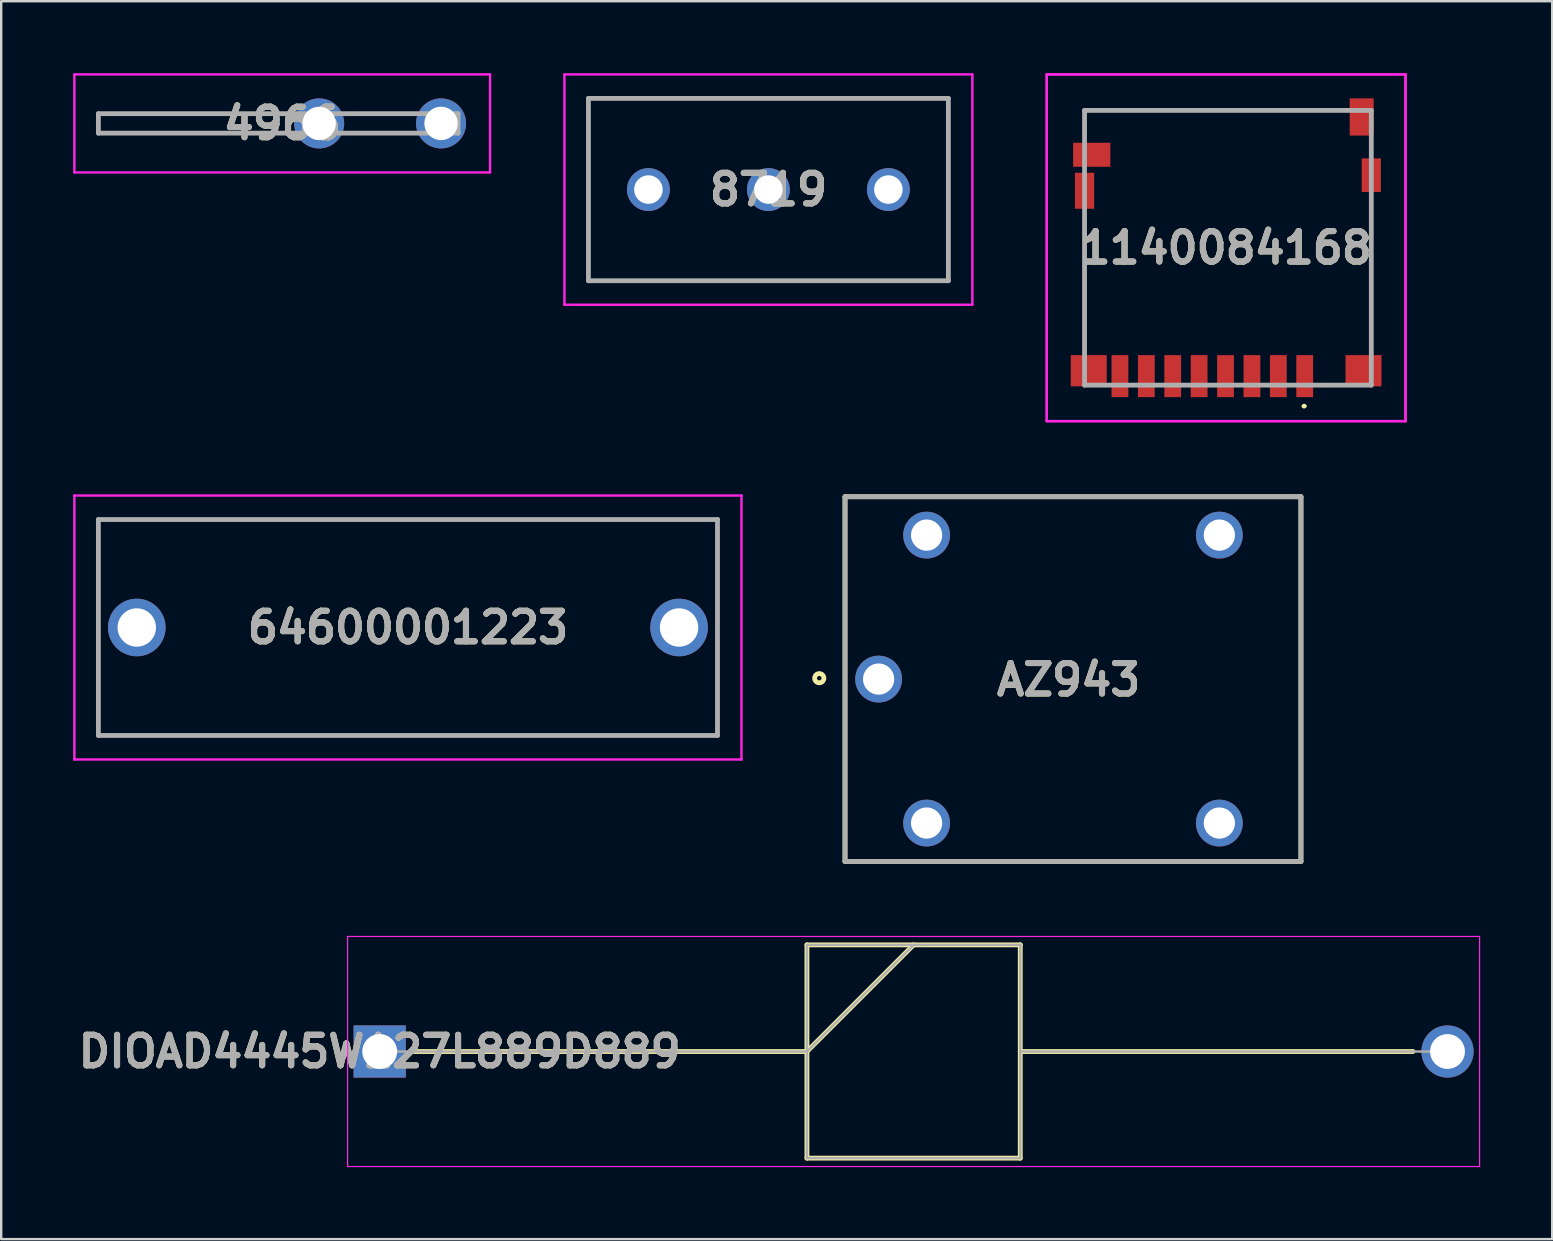
<source format=kicad_pcb>
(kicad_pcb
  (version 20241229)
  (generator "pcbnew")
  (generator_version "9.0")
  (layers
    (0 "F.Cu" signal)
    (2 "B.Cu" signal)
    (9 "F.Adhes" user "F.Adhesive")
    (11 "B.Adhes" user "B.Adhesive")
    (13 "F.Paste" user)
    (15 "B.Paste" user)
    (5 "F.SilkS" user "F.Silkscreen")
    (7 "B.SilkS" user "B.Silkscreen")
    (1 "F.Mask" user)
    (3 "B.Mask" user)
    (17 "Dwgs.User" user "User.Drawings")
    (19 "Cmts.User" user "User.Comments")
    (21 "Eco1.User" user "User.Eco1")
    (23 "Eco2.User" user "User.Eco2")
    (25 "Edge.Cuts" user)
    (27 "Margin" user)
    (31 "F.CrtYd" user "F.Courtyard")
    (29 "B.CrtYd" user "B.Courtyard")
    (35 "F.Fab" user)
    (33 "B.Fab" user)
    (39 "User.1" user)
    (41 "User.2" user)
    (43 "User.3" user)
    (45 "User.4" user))
  (footprint "1140084168"
    (layer "F.Cu")
    (at 48.047 7.275)
    (property "Reference" "1140084168" (at 0 0 0) (layer "F.SilkS") (effects (font (size 1.27 1.27) (thickness 0.254))))
    (attr smd)
    (fp_line (start -5.9 -5.725) (end 4.175 -5.725) (stroke (width 0.1) (type solid)) (layer "F.SilkS"))
    (fp_line (start -5.9 -5.025) (end -5.9 -5.725) (stroke (width 0.1) (type solid)) (layer "F.SilkS"))
    (fp_line (start -5.9 -1.025) (end -5.9 3.975) (stroke (width 0.1) (type solid)) (layer "F.SilkS"))
    (fp_line (start 3.2 6.6) (end 3.2 6.6) (stroke (width 0.1) (type solid)) (layer "F.SilkS"))
    (fp_line (start 3.3 6.6) (end 3.3 6.6) (stroke (width 0.1) (type solid)) (layer "F.SilkS"))
    (fp_line (start 6.05 -2.025) (end 6.05 3.975) (stroke (width 0.1) (type solid)) (layer "F.SilkS"))
    (fp_arc (start 3.2 6.6) (mid 3.25 6.55) (end 3.3 6.6) (stroke (width 0.1) (type solid)) (layer "F.SilkS"))
    (fp_arc (start 3.3 6.6) (mid 3.25 6.65) (end 3.2 6.6) (stroke (width 0.1) (type solid)) (layer "F.SilkS"))
    (fp_line (start -7.475 -7.225) (end 7.475 -7.225) (stroke (width 0.1) (type solid)) (layer "F.CrtYd"))
    (fp_line (start -7.475 -7.225) (end 7.475 -7.225) (stroke (width 0.1) (type solid)) (layer "F.CrtYd"))
    (fp_line (start -7.475 7.225) (end -7.475 -7.225) (stroke (width 0.1) (type solid)) (layer "F.CrtYd"))
    (fp_line (start -7.475 7.225) (end -7.475 -7.225) (stroke (width 0.1) (type solid)) (layer "F.CrtYd"))
    (fp_line (start 7.475 -7.225) (end 7.475 7.225) (stroke (width 0.1) (type solid)) (layer "F.CrtYd"))
    (fp_line (start 7.475 -7.225) (end 7.475 7.225) (stroke (width 0.1) (type solid)) (layer "F.CrtYd"))
    (fp_line (start 7.475 7.225) (end -7.475 7.225) (stroke (width 0.1) (type solid)) (layer "F.CrtYd"))
    (fp_line (start 7.475 7.225) (end -7.475 7.225) (stroke (width 0.1) (type solid)) (layer "F.CrtYd"))
    (fp_line (start -5.9 -5.725) (end 6.05 -5.725) (stroke (width 0.2) (type solid)) (layer "F.Fab"))
    (fp_line (start -5.9 5.725) (end -5.9 -5.725) (stroke (width 0.2) (type solid)) (layer "F.Fab"))
    (fp_line (start 6.05 -5.725) (end 6.05 5.725) (stroke (width 0.2) (type solid)) (layer "F.Fab"))
    (fp_line (start 6.05 5.725) (end -5.9 5.725) (stroke (width 0.2) (type solid)) (layer "F.Fab"))
    (fp_text user "${REFERENCE}" (at 0 0 0) (layer "F.Fab") (effects (font (size 1.27 1.27) (thickness 0.254))))
    (pad "1" smd rect (at 3.275 5.35) (size 0.7 1.75) (layers "F.Cu" "F.Mask" "F.Paste"))
    (pad "2" smd rect (at 2.175 5.35) (size 0.7 1.75) (layers "F.Cu" "F.Mask" "F.Paste"))
    (pad "3" smd rect (at 1.075 5.35) (size 0.7 1.75) (layers "F.Cu" "F.Mask" "F.Paste"))
    (pad "4" smd rect (at -0.025 5.35) (size 0.7 1.75) (layers "F.Cu" "F.Mask" "F.Paste"))
    (pad "5" smd rect (at -1.125 5.35) (size 0.7 1.75) (layers "F.Cu" "F.Mask" "F.Paste"))
    (pad "6" smd rect (at -2.225 5.35) (size 0.7 1.75) (layers "F.Cu" "F.Mask" "F.Paste"))
    (pad "7" smd rect (at -3.325 5.35) (size 0.7 1.75) (layers "F.Cu" "F.Mask" "F.Paste"))
    (pad "8" smd rect (at -4.425 5.35) (size 0.7 1.75) (layers "F.Cu" "F.Mask" "F.Paste"))
    (pad "9" smd rect (at -5.725 5.125 90) (size 1.3 1.5) (layers "F.Cu" "F.Mask" "F.Paste"))
    (pad "10" smd rect (at 5.725 5.125 90) (size 1.3 1.5) (layers "F.Cu" "F.Mask" "F.Paste"))
    (pad "11" smd rect (at -5.9 -2.375) (size 0.8 1.5) (layers "F.Cu" "F.Mask" "F.Paste"))
    (pad "12" smd rect (at 6.05 -3.025) (size 0.8 1.4) (layers "F.Cu" "F.Mask" "F.Paste"))
    (pad "CD1" smd rect (at -5.6 -3.875 90) (size 1 1.55) (layers "F.Cu" "F.Mask" "F.Paste"))
    (pad "CD2" smd rect (at 5.65 -5.45) (size 1 1.55) (layers "F.Cu" "F.Mask" "F.Paste")))
  (footprint "DIOAD4445W127L889D889"
    (layer "F.Cu")
    (at 12.773 40.77)
    (property "Reference" "DIOAD4445W127L889D889" (at 0 0 0) (layer "F.SilkS") (effects (font (size 1.27 1.27) (thickness 0.254))))
    (attr through_hole)
    (fp_line (start 1.438 0) (end 17.805 0) (stroke (width 0.2) (type solid)) (layer "F.SilkS"))
    (fp_line (start 17.805 -4.445) (end 26.695 -4.445) (stroke (width 0.2) (type solid)) (layer "F.SilkS"))
    (fp_line (start 17.805 0) (end 22.25 -4.445) (stroke (width 0.2) (type solid)) (layer "F.SilkS"))
    (fp_line (start 17.805 4.445) (end 17.805 -4.445) (stroke (width 0.2) (type solid)) (layer "F.SilkS"))
    (fp_line (start 26.695 -4.445) (end 26.695 4.445) (stroke (width 0.2) (type solid)) (layer "F.SilkS"))
    (fp_line (start 26.695 0) (end 43.062 0) (stroke (width 0.2) (type solid)) (layer "F.SilkS"))
    (fp_line (start 26.695 4.445) (end 17.805 4.445) (stroke (width 0.2) (type solid)) (layer "F.SilkS"))
    (fp_line (start -1.338 -4.795) (end 45.837 -4.795) (stroke (width 0.05) (type solid)) (layer "F.CrtYd"))
    (fp_line (start -1.338 4.795) (end -1.338 -4.795) (stroke (width 0.05) (type solid)) (layer "F.CrtYd"))
    (fp_line (start 45.837 -4.795) (end 45.837 4.795) (stroke (width 0.05) (type solid)) (layer "F.CrtYd"))
    (fp_line (start 45.837 4.795) (end -1.338 4.795) (stroke (width 0.05) (type solid)) (layer "F.CrtYd"))
    (fp_line (start 0 0) (end 17.805 0) (stroke (width 0.1) (type solid)) (layer "F.Fab"))
    (fp_line (start 17.805 -4.445) (end 26.695 -4.445) (stroke (width 0.1) (type solid)) (layer "F.Fab"))
    (fp_line (start 17.805 0) (end 22.25 -4.445) (stroke (width 0.1) (type solid)) (layer "F.Fab"))
    (fp_line (start 17.805 4.445) (end 17.805 -4.445) (stroke (width 0.1) (type solid)) (layer "F.Fab"))
    (fp_line (start 26.695 -4.445) (end 26.695 4.445) (stroke (width 0.1) (type solid)) (layer "F.Fab"))
    (fp_line (start 26.695 0) (end 44.5 0) (stroke (width 0.1) (type solid)) (layer "F.Fab"))
    (fp_line (start 26.695 4.445) (end 17.805 4.445) (stroke (width 0.1) (type solid)) (layer "F.Fab"))
    (fp_text user "${REFERENCE}" (at 0 0 0) (layer "F.Fab") (effects (font (size 1.27 1.27) (thickness 0.254))))
    (pad "1" thru_hole rect (at 0 0) (size 2.175 2.175) (drill 1.45) (layers "*.Cu" "*.Mask"))
    (pad "2" thru_hole circle (at 44.5 0) (size 2.175 2.175) (drill 1.45) (layers "*.Cu" "*.Mask")))
  (footprint "4966"
    (layer "F.Cu")
    (at 10.25 2.093)
    (property "Reference" "4966" (at -1.539 0 0) (layer "F.SilkS") (effects (font (size 1.27 1.27) (thickness 0.254))))
    (attr through_hole)
    (fp_line (start -9.2 -0.405) (end -9.2 0.405) (stroke (width 0.1) (type solid)) (layer "F.SilkS"))
    (fp_line (start -9.2 0.405) (end -1.5 0.405) (stroke (width 0.1) (type solid)) (layer "F.SilkS"))
    (fp_line (start -1.5 -0.405) (end -9.2 -0.405) (stroke (width 0.1) (type solid)) (layer "F.SilkS"))
    (fp_line (start 1.5 -0.405) (end 3.5 -0.405) (stroke (width 0.1) (type solid)) (layer "F.SilkS"))
    (fp_line (start 1.5 0.405) (end 3.5 0.405) (stroke (width 0.1) (type solid)) (layer "F.SilkS"))
    (fp_line (start -10.2 -2.043) (end 7.122 -2.043) (stroke (width 0.1) (type solid)) (layer "F.CrtYd"))
    (fp_line (start -10.2 2.043) (end -10.2 -2.043) (stroke (width 0.1) (type solid)) (layer "F.CrtYd"))
    (fp_line (start 7.122 -2.043) (end 7.122 2.043) (stroke (width 0.1) (type solid)) (layer "F.CrtYd"))
    (fp_line (start 7.122 2.043) (end -10.2 2.043) (stroke (width 0.1) (type solid)) (layer "F.CrtYd"))
    (fp_line (start -9.2 -0.405) (end 5.79 -0.405) (stroke (width 0.2) (type solid)) (layer "F.Fab"))
    (fp_line (start -9.2 0.405) (end -9.2 -0.405) (stroke (width 0.2) (type solid)) (layer "F.Fab"))
    (fp_line (start 5.79 -0.405) (end 5.79 0.405) (stroke (width 0.2) (type solid)) (layer "F.Fab"))
    (fp_line (start 5.79 0.405) (end -9.2 0.405) (stroke (width 0.2) (type solid)) (layer "F.Fab"))
    (fp_text user "${REFERENCE}" (at -1.539 0 0) (layer "F.Fab") (effects (font (size 1.27 1.27) (thickness 0.254))))
    (pad "1" thru_hole circle (at 0 0) (size 2.085 2.085) (drill 1.39) (layers "*.Cu" "*.Mask"))
    (pad "2" thru_hole circle (at 5.08 0) (size 2.085 2.085) (drill 1.39) (layers "*.Cu" "*.Mask")))
  (footprint "64600001223"
    (layer "F.Cu")
    (at 2.65 23.1)
    (property "Reference" "64600001223" (at 11.3 0 0) (layer "F.SilkS") (effects (font (size 1.27 1.27) (thickness 0.254))))
    (attr through_hole)
    (fp_line (start -1.6 -4.5) (end 24.2 -4.5) (stroke (width 0.1) (type solid)) (layer "F.SilkS"))
    (fp_line (start -1.6 4.5) (end -1.6 -4.5) (stroke (width 0.1) (type solid)) (layer "F.SilkS"))
    (fp_line (start 24.2 -4.5) (end 24.2 4.5) (stroke (width 0.1) (type solid)) (layer "F.SilkS"))
    (fp_line (start 24.2 4.5) (end -1.6 4.5) (stroke (width 0.1) (type solid)) (layer "F.SilkS"))
    (fp_line (start -2.6 -5.5) (end 25.2 -5.5) (stroke (width 0.1) (type solid)) (layer "F.CrtYd"))
    (fp_line (start -2.6 5.5) (end -2.6 -5.5) (stroke (width 0.1) (type solid)) (layer "F.CrtYd"))
    (fp_line (start 25.2 -5.5) (end 25.2 5.5) (stroke (width 0.1) (type solid)) (layer "F.CrtYd"))
    (fp_line (start 25.2 5.5) (end -2.6 5.5) (stroke (width 0.1) (type solid)) (layer "F.CrtYd"))
    (fp_line (start -1.6 -4.5) (end 24.2 -4.5) (stroke (width 0.2) (type solid)) (layer "F.Fab"))
    (fp_line (start -1.6 4.5) (end -1.6 -4.5) (stroke (width 0.2) (type solid)) (layer "F.Fab"))
    (fp_line (start 24.2 -4.5) (end 24.2 4.5) (stroke (width 0.2) (type solid)) (layer "F.Fab"))
    (fp_line (start 24.2 4.5) (end -1.6 4.5) (stroke (width 0.2) (type solid)) (layer "F.Fab"))
    (fp_text user "${REFERENCE}" (at 11.3 0 0) (layer "F.Fab") (effects (font (size 1.27 1.27) (thickness 0.254))))
    (pad "1" thru_hole circle (at 0 0) (size 2.4 2.4) (drill 1.6) (layers "*.Cu" "*.Mask"))
    (pad "2" thru_hole circle (at 22.6 0) (size 2.4 2.4) (drill 1.6) (layers "*.Cu" "*.Mask")))
  (footprint "8719"
    (layer "F.Cu")
    (at 23.972 4.85)
    (property "Reference" "8719" (at 5 0 0) (layer "F.SilkS") (effects (font (size 1.27 1.27) (thickness 0.254))))
    (attr through_hole)
    (fp_line (start -2.5 -3.8) (end 12.5 -3.8) (stroke (width 0.1) (type solid)) (layer "F.SilkS"))
    (fp_line (start -2.5 3.8) (end -2.5 -3.8) (stroke (width 0.1) (type solid)) (layer "F.SilkS"))
    (fp_line (start 12.5 -3.8) (end 12.5 3.8) (stroke (width 0.1) (type solid)) (layer "F.SilkS"))
    (fp_line (start 12.5 3.8) (end -2.5 3.8) (stroke (width 0.1) (type solid)) (layer "F.SilkS"))
    (fp_line (start -3.5 -4.8) (end 13.5 -4.8) (stroke (width 0.1) (type solid)) (layer "F.CrtYd"))
    (fp_line (start -3.5 4.8) (end -3.5 -4.8) (stroke (width 0.1) (type solid)) (layer "F.CrtYd"))
    (fp_line (start 13.5 -4.8) (end 13.5 4.8) (stroke (width 0.1) (type solid)) (layer "F.CrtYd"))
    (fp_line (start 13.5 4.8) (end -3.5 4.8) (stroke (width 0.1) (type solid)) (layer "F.CrtYd"))
    (fp_line (start -2.5 -3.8) (end 12.5 -3.8) (stroke (width 0.2) (type solid)) (layer "F.Fab"))
    (fp_line (start -2.5 3.8) (end -2.5 -3.8) (stroke (width 0.2) (type solid)) (layer "F.Fab"))
    (fp_line (start 12.5 -3.8) (end 12.5 3.8) (stroke (width 0.2) (type solid)) (layer "F.Fab"))
    (fp_line (start 12.5 3.8) (end -2.5 3.8) (stroke (width 0.2) (type solid)) (layer "F.Fab"))
    (fp_text user "${REFERENCE}" (at 5 0 0) (layer "F.Fab") (effects (font (size 1.27 1.27) (thickness 0.254))))
    (pad "1" thru_hole circle (at 0 0) (size 1.785 1.785) (drill 1.19) (layers "*.Cu" "*.Mask"))
    (pad "2" thru_hole circle (at 5 0) (size 1.785 1.785) (drill 1.19) (layers "*.Cu" "*.Mask"))
    (pad "3" thru_hole circle (at 10 0) (size 1.785 1.785) (drill 1.19) (layers "*.Cu" "*.Mask")))
  (footprint "AZ943"
    (layer "F.Cu")
    (at 41.665 25.25)
    (property "Reference" "AZ943" (at -0.181 0.027 0) (layer "F.SilkS") (effects (font (size 1.27 1.27) (thickness 0.254))))
    (attr through_hole)
    (fp_line (start -9.5 -7.6) (end 9.5 -7.6) (stroke (width 0.2) (type solid)) (layer "F.SilkS"))
    (fp_line (start -9.5 7.6) (end -9.5 -7.6) (stroke (width 0.2) (type solid)) (layer "F.SilkS"))
    (fp_line (start 9.5 -7.6) (end 9.5 7.6) (stroke (width 0.2) (type solid)) (layer "F.SilkS"))
    (fp_line (start 9.5 7.6) (end -9.5 7.6) (stroke (width 0.2) (type solid)) (layer "F.SilkS"))
    (fp_circle (center -10.573 -0.037) (end -10.573 0.055) (stroke (width 0.2) (type solid)) (fill no) (layer "F.SilkS"))
    (fp_line (start -9.5 -7.6) (end 9.5 -7.6) (stroke (width 0.2) (type solid)) (layer "F.Fab"))
    (fp_line (start -9.5 7.6) (end -9.5 -7.6) (stroke (width 0.2) (type solid)) (layer "F.Fab"))
    (fp_line (start 9.5 -7.6) (end 9.5 7.6) (stroke (width 0.2) (type solid)) (layer "F.Fab"))
    (fp_line (start 9.5 7.6) (end -9.5 7.6) (stroke (width 0.2) (type solid)) (layer "F.Fab"))
    (fp_text user "${REFERENCE}" (at -0.181 0.027 0) (layer "F.Fab") (effects (font (size 1.27 1.27) (thickness 0.254))))
    (pad "1" thru_hole circle (at -8.1 0) (size 1.95 1.95) (drill 1.3) (layers "*.Cu" "*.Mask"))
    (pad "2" thru_hole circle (at -6.1 6) (size 1.95 1.95) (drill 1.3) (layers "*.Cu" "*.Mask"))
    (pad "3" thru_hole circle (at 6.1 6) (size 1.95 1.95) (drill 1.3) (layers "*.Cu" "*.Mask"))
    (pad "4" thru_hole circle (at 6.1 -6) (size 1.95 1.95) (drill 1.3) (layers "*.Cu" "*.Mask"))
    (pad "5" thru_hole circle (at -6.1 -6) (size 1.95 1.95) (drill 1.3) (layers "*.Cu" "*.Mask")))
  (gr_rect
    (start -3 -3)
    (end 61.635 48.59)
    (stroke (width 0.1) (type default))
    (fill no)
    (layer "Edge.Cuts")))
</source>
